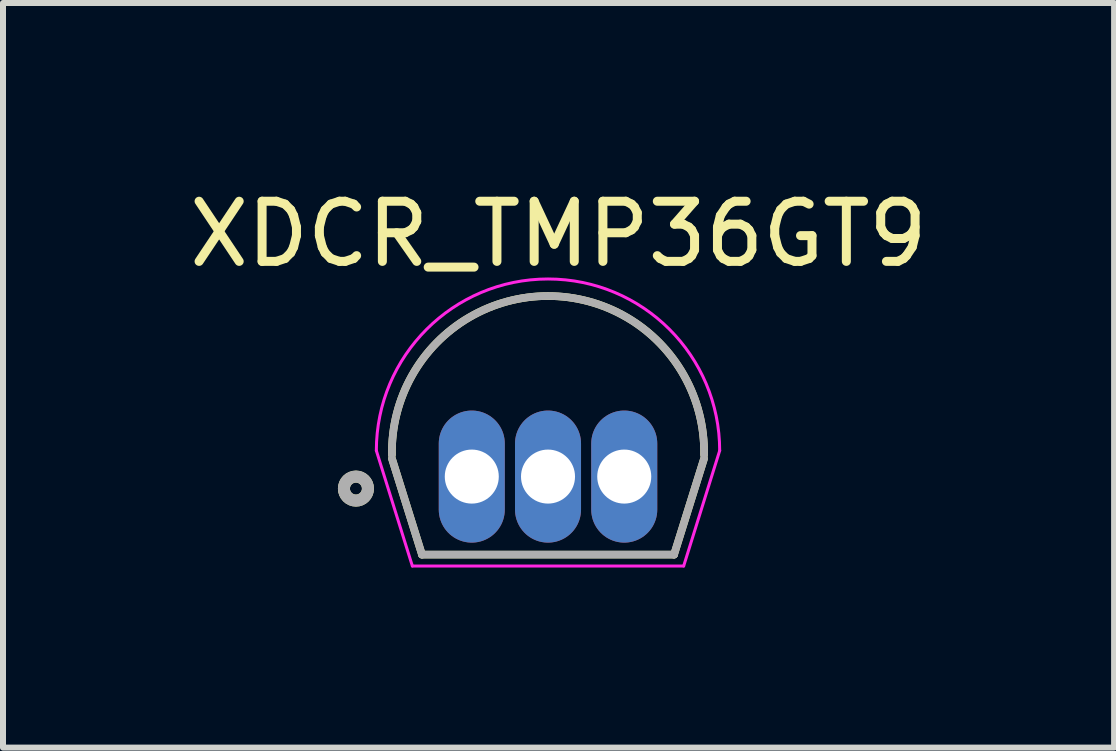
<source format=kicad_pcb>
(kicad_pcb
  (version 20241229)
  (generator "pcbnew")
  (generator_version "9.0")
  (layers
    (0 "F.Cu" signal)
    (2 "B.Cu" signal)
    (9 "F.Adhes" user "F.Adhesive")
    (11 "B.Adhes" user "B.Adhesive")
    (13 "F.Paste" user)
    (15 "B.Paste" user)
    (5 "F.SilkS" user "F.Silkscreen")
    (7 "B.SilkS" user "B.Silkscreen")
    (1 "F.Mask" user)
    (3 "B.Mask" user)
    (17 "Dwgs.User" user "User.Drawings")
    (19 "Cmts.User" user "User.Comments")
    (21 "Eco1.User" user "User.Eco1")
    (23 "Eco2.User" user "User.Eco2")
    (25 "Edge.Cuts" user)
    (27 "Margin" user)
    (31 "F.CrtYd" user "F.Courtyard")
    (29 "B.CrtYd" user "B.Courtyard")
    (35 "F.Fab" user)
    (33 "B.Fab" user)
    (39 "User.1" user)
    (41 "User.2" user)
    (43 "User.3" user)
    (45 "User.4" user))
  (footprint "XDCR_TMP36GT9"
    (layer "F.Cu")
    (at 6.08 3.99)
    (property "Reference" "XDCR_TMP36GT9" (at 0.175 -3.141 0) (layer "F.SilkS") (effects (font (size 1.002 1.002) (thickness 0.15))))
    (attr through_hole)
    (fp_line (start -2.6 0.6) (end -2.1 2.2) (stroke (width 0.127) (type solid)) (layer "F.SilkS"))
    (fp_line (start -2.1 2.2) (end 2.1 2.2) (stroke (width 0.127) (type solid)) (layer "F.SilkS"))
    (fp_line (start 2.1 2.2) (end 2.6 0.6) (stroke (width 0.127) (type solid)) (layer "F.SilkS"))
    (fp_arc (start -2.6 0.538) (mid 0 -2.107779) (end 2.6 0.538) (stroke (width 0.127) (type solid)) (layer "F.SilkS"))
    (fp_circle (center -3.2 1.1) (end -3 1.1) (stroke (width 0.2) (type solid)) (fill no) (layer "F.SilkS"))
    (fp_line (start -2.26 2.39) (end -2.86 0.468) (stroke (width 0.05) (type solid)) (layer "F.CrtYd"))
    (fp_line (start -2.26 2.39) (end 2.26 2.39) (stroke (width 0.05) (type solid)) (layer "F.CrtYd"))
    (fp_line (start 2.26 2.39) (end 2.86 0.468) (stroke (width 0.05) (type solid)) (layer "F.CrtYd"))
    (fp_arc (start -2.86 0.468) (mid 0 -2.392) (end 2.86 0.468) (stroke (width 0.05) (type solid)) (layer "F.CrtYd"))
    (fp_line (start -2.6 0.6) (end -2.1 2.2) (stroke (width 0.127) (type solid)) (layer "F.Fab"))
    (fp_line (start -2.1 2.2) (end 2.1 2.2) (stroke (width 0.127) (type solid)) (layer "F.Fab"))
    (fp_line (start 2.1 2.2) (end 2.6 0.6) (stroke (width 0.127) (type solid)) (layer "F.Fab"))
    (fp_arc (start -2.6 0.538) (mid 0 -2.107779) (end 2.6 0.538) (stroke (width 0.127) (type solid)) (layer "F.Fab"))
    (fp_circle (center -3.2 1.1) (end -3 1.1) (stroke (width 0.2) (type solid)) (fill no) (layer "F.Fab"))
    (pad "1" thru_hole oval (at -1.27 0.9) (size 1.1 2.2) (drill 0.9) (layers "*.Cu" "*.Mask"))
    (pad "2" thru_hole oval (at 0 0.9) (size 1.1 2.2) (drill 0.9) (layers "*.Cu" "*.Mask"))
    (pad "3" thru_hole oval (at 1.27 0.9) (size 1.1 2.2) (drill 0.9) (layers "*.Cu" "*.Mask")))
  (gr_rect
    (start -3 -3)
    (end 15.511 9.405)
    (stroke (width 0.1) (type default))
    (fill no)
    (layer "Edge.Cuts")))
</source>
